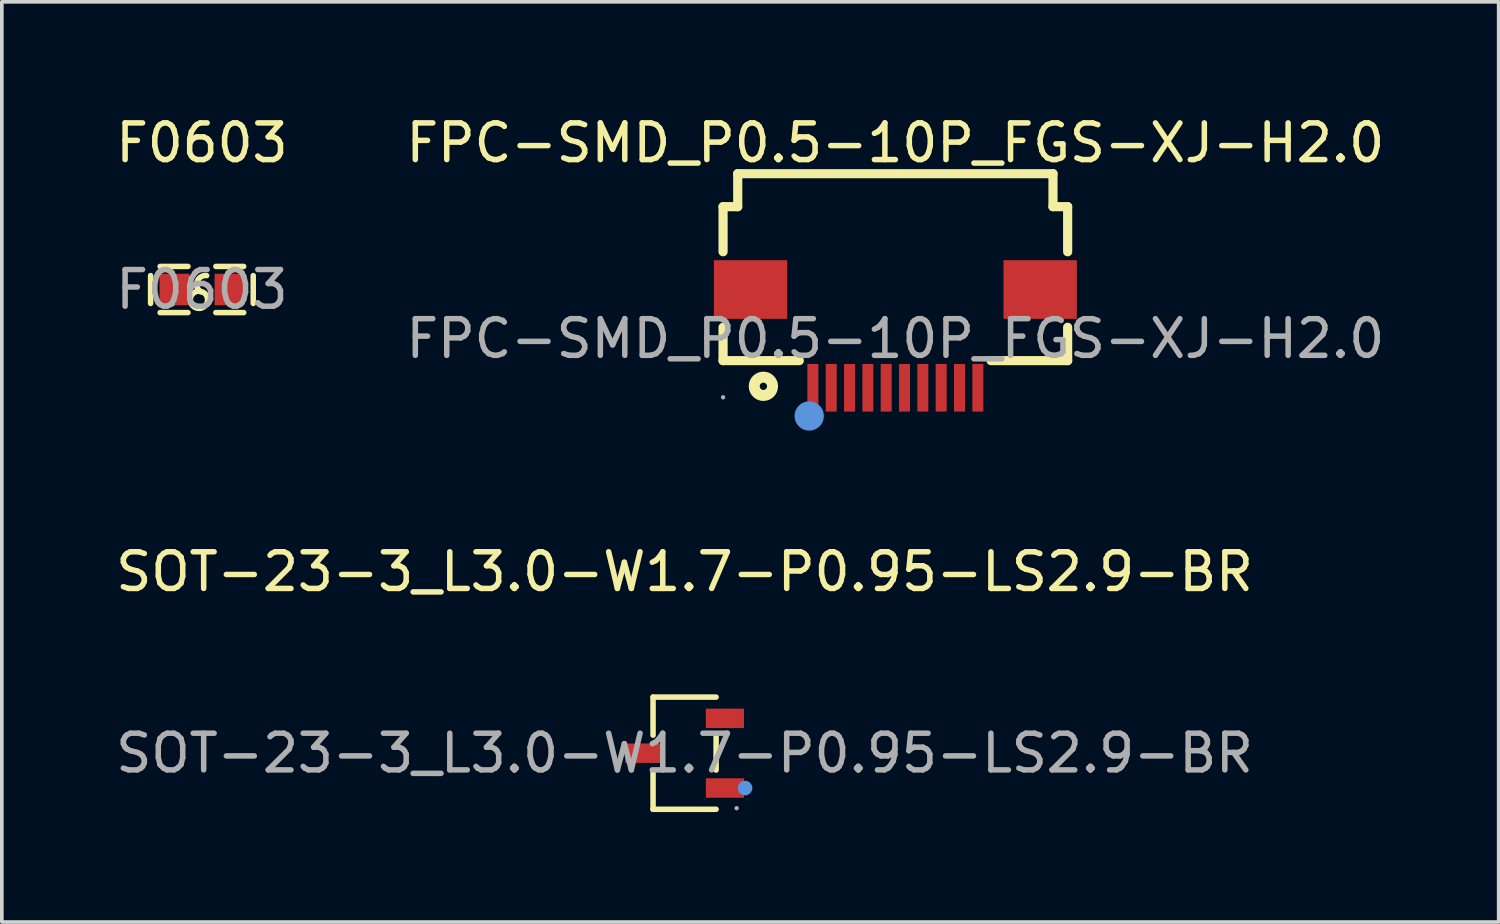
<source format=kicad_pcb>
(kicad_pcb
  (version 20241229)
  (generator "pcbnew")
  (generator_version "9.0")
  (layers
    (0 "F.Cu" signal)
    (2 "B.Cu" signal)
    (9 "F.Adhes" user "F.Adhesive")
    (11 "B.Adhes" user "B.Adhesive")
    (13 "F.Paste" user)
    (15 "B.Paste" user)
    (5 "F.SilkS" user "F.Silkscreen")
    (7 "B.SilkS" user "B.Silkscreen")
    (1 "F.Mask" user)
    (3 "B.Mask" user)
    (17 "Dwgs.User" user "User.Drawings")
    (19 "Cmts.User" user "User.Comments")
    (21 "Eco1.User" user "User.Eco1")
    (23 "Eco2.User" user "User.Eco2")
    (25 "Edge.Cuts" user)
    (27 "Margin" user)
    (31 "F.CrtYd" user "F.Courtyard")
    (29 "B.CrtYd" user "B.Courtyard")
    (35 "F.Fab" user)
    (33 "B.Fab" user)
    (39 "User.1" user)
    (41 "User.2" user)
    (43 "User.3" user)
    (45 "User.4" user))
  (footprint "SOT-23-3_L3.0-W1.7-P0.95-LS2.9-BR"
    (layer "F.Cu")
    (at 15.625 17.497)
    (property "Reference" "SOT-23-3_L3.0-W1.7-P0.95-LS2.9-BR" (at 0 -4.95 0) (layer "F.SilkS") (effects (font (size 1 1) (thickness 0.15))))
    (attr smd)
    (fp_line (start -0.86 -1.53) (end -0.86 -0.49) (stroke (width 0.15) (type solid)) (layer "F.SilkS"))
    (fp_line (start -0.86 1.53) (end -0.86 0.49) (stroke (width 0.15) (type solid)) (layer "F.SilkS"))
    (fp_line (start 0.86 -1.53) (end -0.86 -1.53) (stroke (width 0.15) (type solid)) (layer "F.SilkS"))
    (fp_line (start 0.86 -0.46) (end 0.86 0.46) (stroke (width 0.15) (type solid)) (layer "F.SilkS"))
    (fp_line (start 0.86 1.53) (end -0.86 1.53) (stroke (width 0.15) (type solid)) (layer "F.SilkS"))
    (fp_circle (center 1.65 0.95) (end 1.75 0.95) (stroke (width 0.2) (type solid)) (fill no) (layer "Cmts.User"))
    (fp_circle (center 1.42 1.5) (end 1.45 1.5) (stroke (width 0.06) (type solid)) (fill no) (layer "F.Fab"))
    (fp_text user "${REFERENCE}" (at 0 0 0) (layer "F.Fab") (effects (font (size 1 1) (thickness 0.15))))
    (pad "1" smd rect (at 1.1 0.95) (size 1.04 0.53) (layers "F.Cu" "F.Mask" "F.Paste"))
    (pad "2" smd rect (at 1.1 -0.95) (size 1.04 0.53) (layers "F.Cu" "F.Mask" "F.Paste"))
    (pad "3" smd rect (at -1.1 0) (size 1.04 0.53) (layers "F.Cu" "F.Mask" "F.Paste")))
  (footprint "F0603"
    (layer "F.Cu")
    (at 2.458 4.848)
    (property "Reference" "F0603" (at 0 -4 0) (layer "F.SilkS") (effects (font (size 1 1) (thickness 0.15))))
    (attr smd)
    (fp_line (start -1.4 -0.38) (end -1.4 0.38) (stroke (width 0.15) (type solid)) (layer "F.SilkS"))
    (fp_line (start -0.38 -0.63) (end -1.14 -0.63) (stroke (width 0.15) (type solid)) (layer "F.SilkS"))
    (fp_line (start -0.38 0.63) (end -1.14 0.63) (stroke (width 0.15) (type solid)) (layer "F.SilkS"))
    (fp_line (start 0.38 -0.63) (end 1.14 -0.63) (stroke (width 0.15) (type solid)) (layer "F.SilkS"))
    (fp_line (start 0.38 0.63) (end 1.14 0.63) (stroke (width 0.15) (type solid)) (layer "F.SilkS"))
    (fp_line (start 1.4 -0.38) (end 1.4 0.38) (stroke (width 0.15) (type solid)) (layer "F.SilkS"))
    (fp_arc (start -0.134006 0.509092) (mid -0.027995 0.050445) (end -0.13 0.51) (stroke (width 0.15) (type solid)) (layer "F.SilkS"))
    (fp_arc (start -0.030294 0.063773) (mid -0.127483 -0.222168) (end 0.13 -0.38) (stroke (width 0.15) (type solid)) (layer "F.SilkS"))
    (fp_circle (center -0.8 0.4) (end -0.77 0.4) (stroke (width 0.06) (type solid)) (fill no) (layer "F.Fab"))
    (fp_text user "${REFERENCE}" (at 0 0 0) (layer "F.Fab") (effects (font (size 1 1) (thickness 0.15))))
    (pad "1" smd rect (at -0.75 0) (size 0.81 0.86) (layers "F.Cu" "F.Mask" "F.Paste"))
    (pad "2" smd rect (at 0.75 0) (size 0.81 0.86) (layers "F.Cu" "F.Mask" "F.Paste")))
  (footprint "FPC-SMD_P0.5-10P_FGS-XJ-H2.0"
    (layer "F.Cu")
    (at 21.375 6.188)
    (property "Reference" "FPC-SMD_P0.5-10P_FGS-XJ-H2.0" (at 0 -5.34 0) (layer "F.SilkS") (effects (font (size 1 1) (thickness 0.15))))
    (attr smd)
    (fp_line (start -4.7 -3.6) (end -4.3 -3.6) (stroke (width 0.25) (type solid)) (layer "F.SilkS"))
    (fp_line (start -4.7 -2.37) (end -4.7 -3.6) (stroke (width 0.25) (type solid)) (layer "F.SilkS"))
    (fp_line (start -4.7 0.6) (end -4.7 -0.31) (stroke (width 0.25) (type solid)) (layer "F.SilkS"))
    (fp_line (start -4.3 -4.5) (end 4.3 -4.5) (stroke (width 0.25) (type solid)) (layer "F.SilkS"))
    (fp_line (start -4.3 -3.6) (end -4.3 -4.5) (stroke (width 0.25) (type solid)) (layer "F.SilkS"))
    (fp_line (start -2.62 0.6) (end -4.7 0.6) (stroke (width 0.25) (type solid)) (layer "F.SilkS"))
    (fp_line (start 4.3 -4.5) (end 4.3 -3.6) (stroke (width 0.25) (type solid)) (layer "F.SilkS"))
    (fp_line (start 4.3 -3.6) (end 4.7 -3.6) (stroke (width 0.25) (type solid)) (layer "F.SilkS"))
    (fp_line (start 4.7 -3.6) (end 4.7 -2.37) (stroke (width 0.25) (type solid)) (layer "F.SilkS"))
    (fp_line (start 4.7 -0.31) (end 4.7 0.6) (stroke (width 0.25) (type solid)) (layer "F.SilkS"))
    (fp_line (start 4.7 0.6) (end 2.61 0.6) (stroke (width 0.25) (type solid)) (layer "F.SilkS"))
    (fp_circle (center -3.6 1.3) (end -3.5 1.3) (stroke (width 0.3) (type solid)) (fill no) (layer "F.SilkS"))
    (fp_circle (center -2.35 2.11) (end -2.15 2.11) (stroke (width 0.4) (type solid)) (fill no) (layer "Cmts.User"))
    (fp_circle (center -4.7 1.6) (end -4.67 1.6) (stroke (width 0.06) (type solid)) (fill no) (layer "F.Fab"))
    (fp_text user "${REFERENCE}" (at 0 0 0) (layer "F.Fab") (effects (font (size 1 1) (thickness 0.15))))
    (pad "1" smd rect (at -2.25 1.34) (size 0.3 1.3) (layers "F.Cu" "F.Mask" "F.Paste"))
    (pad "2" smd rect (at -1.75 1.34) (size 0.3 1.3) (layers "F.Cu" "F.Mask" "F.Paste"))
    (pad "3" smd rect (at -1.25 1.34) (size 0.3 1.3) (layers "F.Cu" "F.Mask" "F.Paste"))
    (pad "4" smd rect (at -0.75 1.34) (size 0.3 1.3) (layers "F.Cu" "F.Mask" "F.Paste"))
    (pad "5" smd rect (at -0.25 1.34) (size 0.3 1.3) (layers "F.Cu" "F.Mask" "F.Paste"))
    (pad "6" smd rect (at 0.25 1.34) (size 0.3 1.3) (layers "F.Cu" "F.Mask" "F.Paste"))
    (pad "7" smd rect (at 0.75 1.34) (size 0.3 1.3) (layers "F.Cu" "F.Mask" "F.Paste"))
    (pad "8" smd rect (at 1.25 1.34) (size 0.3 1.3) (layers "F.Cu" "F.Mask" "F.Paste"))
    (pad "9" smd rect (at 1.75 1.34) (size 0.3 1.3) (layers "F.Cu" "F.Mask" "F.Paste"))
    (pad "10" smd rect (at 2.25 1.34) (size 0.3 1.3) (layers "F.Cu" "F.Mask" "F.Paste"))
    (pad "11" smd rect (at 3.95 -1.34 270) (size 1.6 2) (layers "F.Cu" "F.Mask" "F.Paste"))
    (pad "12" smd rect (at -3.95 -1.34 270) (size 1.6 2) (layers "F.Cu" "F.Mask" "F.Paste")))
  (gr_rect
    (start -3 -3)
    (end 37.833 22.102)
    (stroke (width 0.1) (type default))
    (fill no)
    (layer "Edge.Cuts")))
</source>
